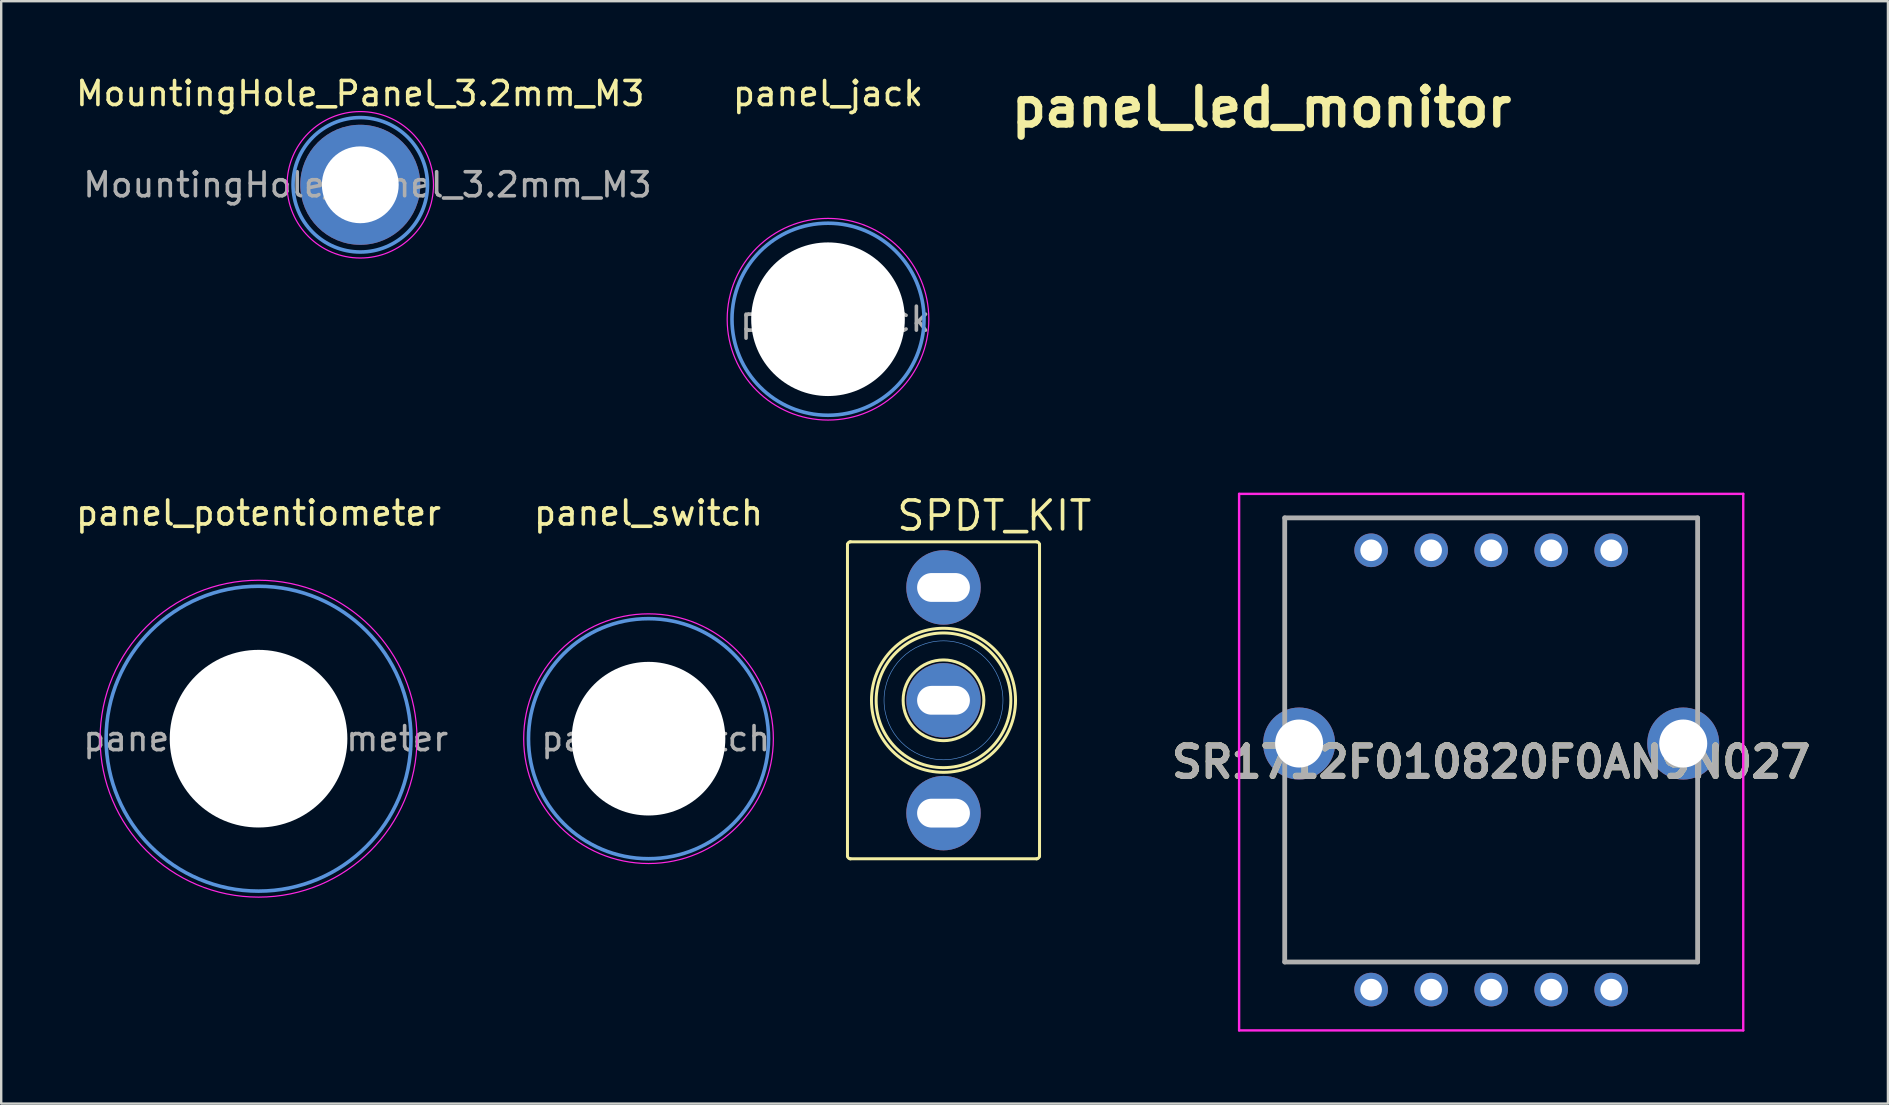
<source format=kicad_pcb>
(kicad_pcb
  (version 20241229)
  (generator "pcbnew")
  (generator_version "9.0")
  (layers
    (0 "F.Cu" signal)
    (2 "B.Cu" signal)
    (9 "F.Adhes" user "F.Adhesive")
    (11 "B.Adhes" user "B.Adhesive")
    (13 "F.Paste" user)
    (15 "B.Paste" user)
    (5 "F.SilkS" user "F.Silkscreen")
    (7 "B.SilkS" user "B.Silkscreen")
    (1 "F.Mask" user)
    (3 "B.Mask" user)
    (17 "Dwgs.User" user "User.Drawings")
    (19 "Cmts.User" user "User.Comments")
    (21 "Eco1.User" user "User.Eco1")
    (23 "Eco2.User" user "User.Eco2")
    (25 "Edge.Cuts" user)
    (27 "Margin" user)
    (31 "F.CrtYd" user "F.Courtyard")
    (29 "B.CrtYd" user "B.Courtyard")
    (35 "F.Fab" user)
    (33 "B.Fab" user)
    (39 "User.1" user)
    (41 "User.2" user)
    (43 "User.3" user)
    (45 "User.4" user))
  (footprint "panel_switch"
    (layer "F.Cu")
    (at 23.965 27.721)
    (property "Reference" "panel_switch" (at 0 -9.4 0) (layer "F.SilkS") (effects (font (size 1 1) (thickness 0.15))))
    (attr exclude_from_pos_files exclude_from_bom)
    (fp_circle (center 0 0) (end 5 0) (stroke (width 0.15) (type solid)) (fill no) (layer "Cmts.User"))
    (fp_circle (center 0 0) (end 5.2 0) (stroke (width 0.05) (type solid)) (fill no) (layer "F.CrtYd"))
    (fp_text user "${REFERENCE}" (at 0.3 0 0) (layer "F.Fab") (effects (font (size 1 1) (thickness 0.15))))
    (pad "" np_thru_hole circle (at 0 0) (size 6.4 6.4) (drill 6.4) (layers "*.Cu" "*.Mask")))
  (footprint "panel_jack"
    (layer "F.Cu")
    (at 31.442 10.248)
    (property "Reference" "panel_jack" (at 0 -9.4 0) (layer "F.SilkS") (effects (font (size 1 1) (thickness 0.15))))
    (attr exclude_from_pos_files exclude_from_bom)
    (fp_circle (center 0 0) (end 4 0) (stroke (width 0.15) (type solid)) (fill no) (layer "Cmts.User"))
    (fp_circle (center 0 0) (end 4.2 0) (stroke (width 0.05) (type solid)) (fill no) (layer "F.CrtYd"))
    (fp_text user "${REFERENCE}" (at 0.3 0 0) (layer "F.Fab") (effects (font (size 1 1) (thickness 0.15))))
    (pad "" np_thru_hole circle (at 0 0) (size 6.4 6.4) (drill 6.4) (layers "*.Cu" "*.Mask")))
  (footprint "MountingHole_Panel_3.2mm_M3"
    (layer "F.Cu")
    (at 11.958 4.648)
    (property "Reference" "MountingHole_Panel_3.2mm_M3" (at 0 -3.8 0) (layer "F.SilkS") (effects (font (size 1 1) (thickness 0.15))))
    (attr exclude_from_pos_files exclude_from_bom)
    (fp_circle (center 0 0) (end 2.8 0) (stroke (width 0.15) (type solid)) (fill no) (layer "Cmts.User"))
    (fp_circle (center 0 0) (end 3.05 0) (stroke (width 0.05) (type solid)) (fill no) (layer "F.CrtYd"))
    (fp_text user "${REFERENCE}" (at 0.3 0 0) (layer "F.Fab") (effects (font (size 1 1) (thickness 0.15))))
    (pad "1" thru_hole circle (at 0 0) (size 3.6 3.6) (drill 3.2) (layers "*.Cu" "*.Mask"))
    (pad "1" connect circle (at 0 0) (size 5 5) (layers "F.Cu" "F.Mask"))
    (pad "1" connect circle (at 0 0) (size 5 5) (layers "B.Cu" "B.Mask")))
  (footprint "SR1712F010820F0AN9N027"
    (layer "F.Cu")
    (at 59.067 28.698)
    (property "Reference" "SR1712F010820F0AN9N027" (at 0 0 0) (layer "F.SilkS") (effects (font (size 1.27 1.27) (thickness 0.254))))
    (attr through_hole)
    (fp_line (start -8.6 -10.175) (end 8.6 -10.175) (stroke (width 0.1) (type solid)) (layer "F.SilkS"))
    (fp_line (start -8.6 -2.675) (end -8.6 -10.175) (stroke (width 0.1) (type solid)) (layer "F.SilkS"))
    (fp_line (start -8.6 1.325) (end -8.6 8.325) (stroke (width 0.1) (type solid)) (layer "F.SilkS"))
    (fp_line (start -8.6 8.325) (end 8.6 8.325) (stroke (width 0.1) (type solid)) (layer "F.SilkS"))
    (fp_line (start 8.6 -10.175) (end 8.6 -2.675) (stroke (width 0.1) (type solid)) (layer "F.SilkS"))
    (fp_line (start 8.6 8.325) (end 8.6 1.325) (stroke (width 0.1) (type solid)) (layer "F.SilkS"))
    (fp_line (start -10.5 -11.175) (end 10.5 -11.175) (stroke (width 0.1) (type solid)) (layer "F.CrtYd"))
    (fp_line (start -10.5 11.175) (end -10.5 -11.175) (stroke (width 0.1) (type solid)) (layer "F.CrtYd"))
    (fp_line (start 10.5 -11.175) (end 10.5 11.175) (stroke (width 0.1) (type solid)) (layer "F.CrtYd"))
    (fp_line (start 10.5 11.175) (end -10.5 11.175) (stroke (width 0.1) (type solid)) (layer "F.CrtYd"))
    (fp_line (start -8.6 -10.175) (end 8.6 -10.175) (stroke (width 0.2) (type solid)) (layer "F.Fab"))
    (fp_line (start -8.6 8.325) (end -8.6 -10.175) (stroke (width 0.2) (type solid)) (layer "F.Fab"))
    (fp_line (start 8.6 -10.175) (end 8.6 8.325) (stroke (width 0.2) (type solid)) (layer "F.Fab"))
    (fp_line (start 8.6 8.325) (end -8.6 8.325) (stroke (width 0.2) (type solid)) (layer "F.Fab"))
    (fp_text user "${REFERENCE}" (at 0 0 0) (layer "F.Fab") (effects (font (size 1.27 1.27) (thickness 0.254))))
    (pad "1" thru_hole circle (at 5 9.475) (size 1.4 1.4) (drill 0.9) (layers "*.Cu" "*.Mask"))
    (pad "2" thru_hole circle (at 2.5 9.475) (size 1.4 1.4) (drill 0.9) (layers "*.Cu" "*.Mask"))
    (pad "3" thru_hole circle (at 0 9.475) (size 1.4 1.4) (drill 0.9) (layers "*.Cu" "*.Mask"))
    (pad "4" thru_hole circle (at -2.5 9.475) (size 1.4 1.4) (drill 0.9) (layers "*.Cu" "*.Mask"))
    (pad "5" thru_hole circle (at -5 9.475) (size 1.4 1.4) (drill 0.9) (layers "*.Cu" "*.Mask"))
    (pad "6" thru_hole circle (at -5 -8.825) (size 1.4 1.4) (drill 0.9) (layers "*.Cu" "*.Mask"))
    (pad "7" thru_hole circle (at -2.5 -8.825) (size 1.4 1.4) (drill 0.9) (layers "*.Cu" "*.Mask"))
    (pad "8" thru_hole circle (at 0 -8.825) (size 1.4 1.4) (drill 0.9) (layers "*.Cu" "*.Mask"))
    (pad "9" thru_hole circle (at 2.5 -8.825) (size 1.4 1.4) (drill 0.9) (layers "*.Cu" "*.Mask"))
    (pad "10" thru_hole circle (at 5 -8.825) (size 1.4 1.4) (drill 0.9) (layers "*.Cu" "*.Mask"))
    (pad "MH1" thru_hole circle (at -8 -0.775) (size 3 3) (drill 2) (layers "*.Cu" "*.Mask"))
    (pad "MH2" thru_hole circle (at 8 -0.775) (size 3 3) (drill 2) (layers "*.Cu" "*.Mask")))
  (footprint "SPDT_KIT"
    (layer "F.Cu")
    (at 36.253 26.122)
    (property "Reference" "SPDT_KIT" (at -2.032 -6.985 0) (layer "F.SilkS") (effects (font (size 1.206 1.206) (thickness 0.152)) (justify left bottom)))
    (attr through_hole)
    (fp_line (start -4 6.5) (end -4 -6.5) (stroke (width 0.125) (type solid)) (layer "F.SilkS"))
    (fp_line (start -3.9 -6.6) (end 3.9 -6.6) (stroke (width 0.125) (type solid)) (layer "F.SilkS"))
    (fp_line (start 3.9 6.6) (end -3.9 6.6) (stroke (width 0.125) (type solid)) (layer "F.SilkS"))
    (fp_line (start 4 -6.5) (end 4 6.5) (stroke (width 0.125) (type solid)) (layer "F.SilkS"))
    (fp_arc (start -4.0005 -6.477) (mid -3.963303 -6.566803) (end -3.8735 -6.604) (stroke (width 0.125) (type solid)) (layer "F.SilkS"))
    (fp_arc (start -3.8735 6.604) (mid -3.963303 6.566803) (end -4.0005 6.477) (stroke (width 0.125) (type solid)) (layer "F.SilkS"))
    (fp_arc (start 3.8735 -6.604) (mid 3.963303 -6.566803) (end 4.0005 -6.477) (stroke (width 0.125) (type solid)) (layer "F.SilkS"))
    (fp_arc (start 4.0005 6.477) (mid 3.963303 6.566803) (end 3.8735 6.604) (stroke (width 0.125) (type solid)) (layer "F.SilkS"))
    (fp_circle (center 0 0) (end 0.254 -2.794) (stroke (width 0.125) (type solid)) (fill no) (layer "F.SilkS"))
    (fp_circle (center 0 0) (end 0.318 -1.651) (stroke (width 0.125) (type solid)) (fill no) (layer "F.SilkS"))
    (fp_circle (center 0 0) (end 3 0) (stroke (width 0.125) (type solid)) (fill no) (layer "F.SilkS"))
    (fp_circle (center 0 0) (end 2.477 0) (stroke (width 0.025) (type solid)) (fill no) (layer "Cmts.User"))
    (pad "1" thru_hole circle (at 0 -4.7) (size 3.1 3.1) (drill oval 2.2 1.2) (layers "*.Cu" "*.Mask"))
    (pad "2" thru_hole circle (at 0 0) (size 3.1 3.1) (drill oval 2.2 1.2) (layers "*.Cu" "*.Mask"))
    (pad "3" thru_hole circle (at 0 4.7) (size 3.1 3.1) (drill oval 2.2 1.2) (layers "*.Cu" "*.Mask")))
  (footprint "panel_potentiometer"
    (layer "F.Cu")
    (at 7.72 27.721)
    (property "Reference" "panel_potentiometer" (at 0 -9.4 0) (layer "F.SilkS") (effects (font (size 1 1) (thickness 0.15))))
    (attr exclude_from_pos_files exclude_from_bom)
    (fp_circle (center 0 0) (end 6.35 0) (stroke (width 0.15) (type solid)) (fill no) (layer "Cmts.User"))
    (fp_circle (center 0 0) (end 6.6 0) (stroke (width 0.05) (type solid)) (fill no) (layer "F.CrtYd"))
    (fp_text user "${REFERENCE}" (at 0.3 0 0) (layer "F.Fab") (effects (font (size 1 1) (thickness 0.15))))
    (pad "" np_thru_hole circle (at 0 0) (size 7.4 7.4) (drill 7.4) (layers "*.Cu" "*.Mask")))
  (footprint "panel_led_monitor"
    (layer "F.Cu")
    (at 49.502 6.481)
    (property "Reference" "panel_led_monitor" (at 0 -5.055 0) (layer "F.SilkS") (effects (font (size 1.524 1.524) (thickness 0.305))))
    (attr smd)
    (fp_circle (center 0 0) (end 1 0) (stroke (width 2) (type solid)) (fill no) (layer "F.Mask"))
    (fp_circle (center 0 0) (end 1 0) (stroke (width 2) (type solid)) (fill no) (layer "B.Mask"))
    (pad "" smd circle (at 0 0) (size 4.064 4.064) (layers "F.Paste")))
  (gr_rect
    (start -3 -3)
    (end 75.595 42.923)
    (stroke (width 0.1) (type default))
    (fill no)
    (layer "Edge.Cuts")))
</source>
